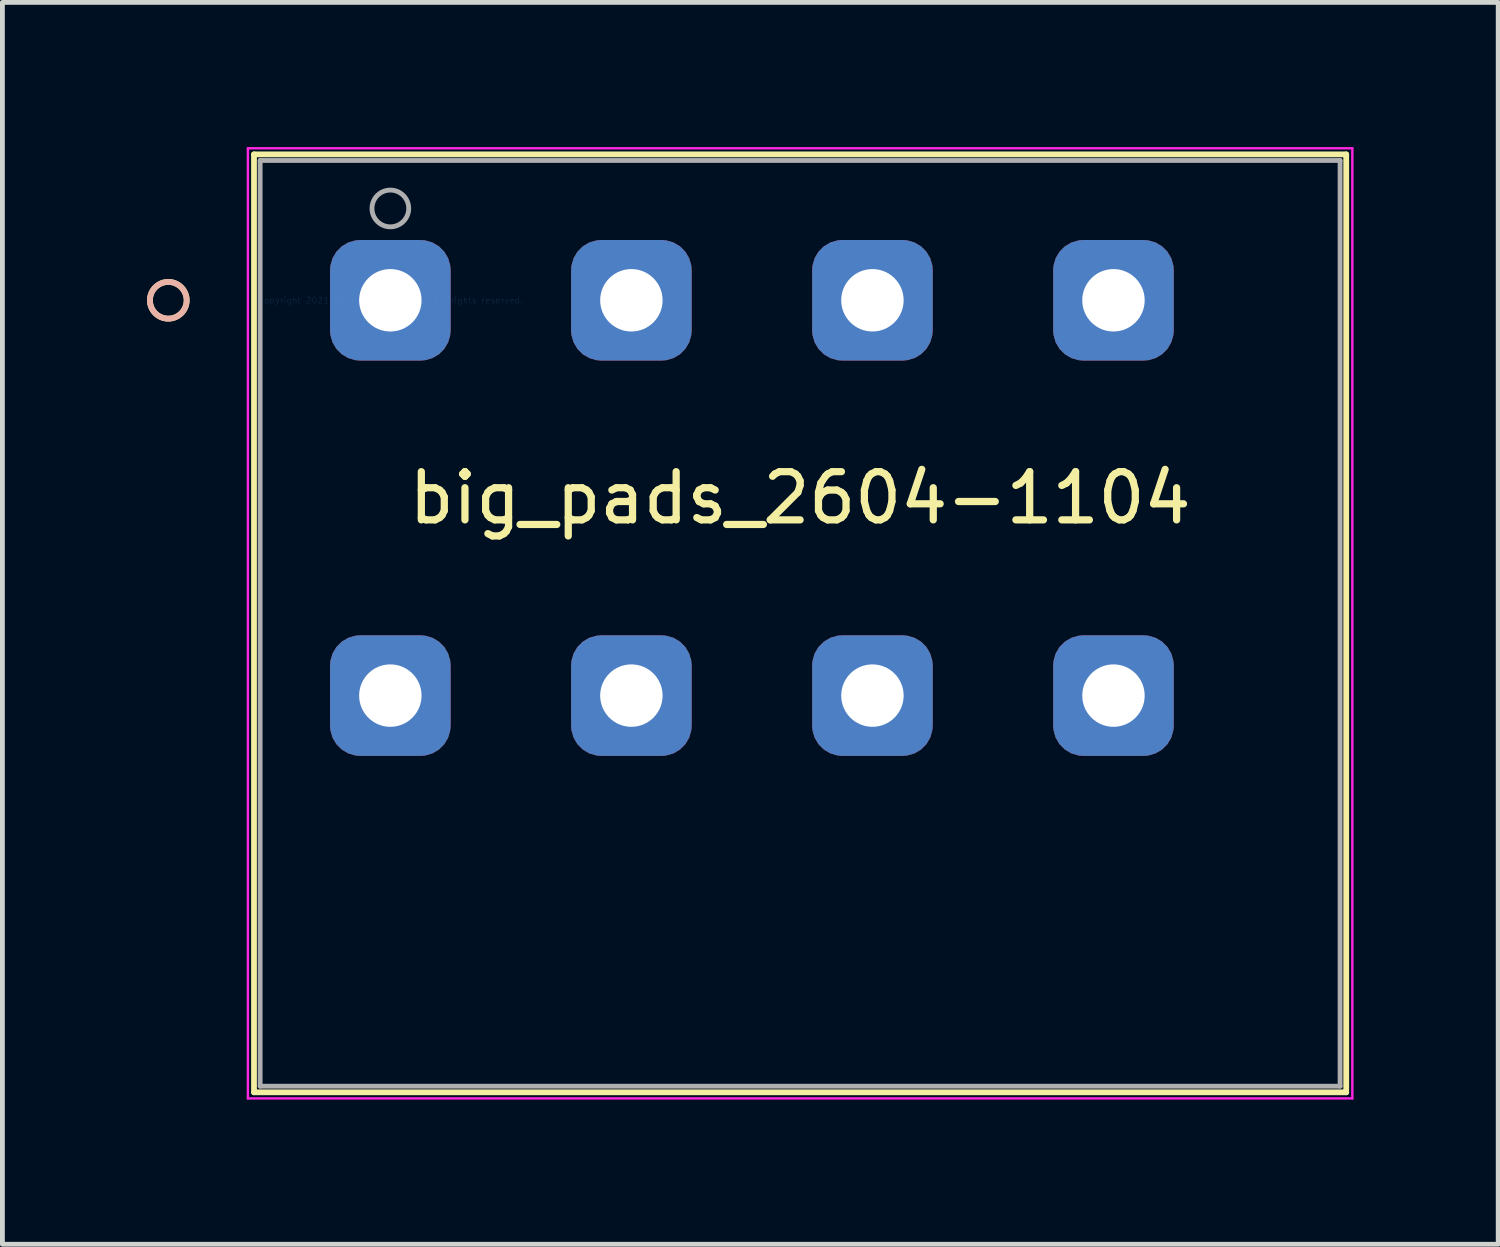
<source format=kicad_pcb>
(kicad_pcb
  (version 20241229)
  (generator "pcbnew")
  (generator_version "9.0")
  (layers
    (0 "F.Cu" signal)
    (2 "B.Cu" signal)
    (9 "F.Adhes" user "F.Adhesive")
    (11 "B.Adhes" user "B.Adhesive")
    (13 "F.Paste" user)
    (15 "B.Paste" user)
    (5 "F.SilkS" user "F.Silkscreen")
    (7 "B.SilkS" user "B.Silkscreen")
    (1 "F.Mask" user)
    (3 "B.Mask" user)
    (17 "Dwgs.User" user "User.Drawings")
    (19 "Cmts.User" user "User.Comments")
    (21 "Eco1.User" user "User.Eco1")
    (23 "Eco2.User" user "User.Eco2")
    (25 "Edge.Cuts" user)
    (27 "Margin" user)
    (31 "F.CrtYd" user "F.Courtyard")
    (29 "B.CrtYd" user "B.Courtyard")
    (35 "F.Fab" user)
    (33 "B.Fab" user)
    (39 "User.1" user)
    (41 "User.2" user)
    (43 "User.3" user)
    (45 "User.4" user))
  (footprint "big_pads_2604-1104"
    (layer "F.Cu")
    (at 5.047 3.179)
    (property "Reference" "big_pads_2604-1104" (at 8.5 4.1 0) (layer "F.SilkS") (effects (font (size 1 1) (thickness 0.15))))
    (attr through_hole)
    (fp_line (start -2.828 -3.027) (end -2.828 16.429) (stroke (width 0.12) (type solid)) (layer "F.SilkS"))
    (fp_line (start -2.828 16.429) (end 19.828 16.429) (stroke (width 0.12) (type solid)) (layer "F.SilkS"))
    (fp_line (start 19.828 -3.027) (end -2.828 -3.027) (stroke (width 0.12) (type solid)) (layer "F.SilkS"))
    (fp_line (start 19.828 16.429) (end 19.828 -3.027) (stroke (width 0.12) (type solid)) (layer "F.SilkS"))
    (fp_circle (center -4.606 0) (end -4.225 0) (stroke (width 0.12) (type solid)) (fill no) (layer "F.SilkS"))
    (fp_circle (center -4.606 0) (end -4.225 0) (stroke (width 0.12) (type solid)) (fill no) (layer "B.SilkS"))
    (fp_line (start -2.955 -3.154) (end -2.955 16.556) (stroke (width 0.05) (type solid)) (layer "F.CrtYd"))
    (fp_line (start -2.955 16.556) (end 19.955 16.556) (stroke (width 0.05) (type solid)) (layer "F.CrtYd"))
    (fp_line (start 19.955 -3.154) (end -2.955 -3.154) (stroke (width 0.05) (type solid)) (layer "F.CrtYd"))
    (fp_line (start 19.955 16.556) (end 19.955 -3.154) (stroke (width 0.05) (type solid)) (layer "F.CrtYd"))
    (fp_line (start -2.701 -2.9) (end -2.701 16.302) (stroke (width 0.1) (type solid)) (layer "F.Fab"))
    (fp_line (start -2.701 16.302) (end 19.701 16.302) (stroke (width 0.1) (type solid)) (layer "F.Fab"))
    (fp_line (start 19.701 -2.9) (end -2.701 -2.9) (stroke (width 0.1) (type solid)) (layer "F.Fab"))
    (fp_line (start 19.701 16.302) (end 19.701 -2.9) (stroke (width 0.1) (type solid)) (layer "F.Fab"))
    (fp_circle (center 0 -1.905) (end 0.381 -1.905) (stroke (width 0.1) (type solid)) (fill no) (layer "F.Fab"))
    (fp_text user "*" (at 0 0 0) (layer "F.SilkS") (effects (font (size 1 1) (thickness 0.15))))
    (fp_text user "Copyright 2021 Accelerated Designs. All rights reserved." (at 0 0 0) (layer "Cmts.User") (effects (font (size 0.127 0.127) (thickness 0.002))))
    (fp_text user "*" (at 0 0 0) (layer "F.Fab") (effects (font (size 1 1) (thickness 0.15))))
    (pad "1" thru_hole roundrect (at 0 0) (size 2.5 2.5) (drill 1.295) (layers "*.Cu" "*.Mask") (roundrect_rratio 0.25))
    (pad "2" thru_hole roundrect (at 0 8.2) (size 2.5 2.5) (drill 1.295) (layers "*.Cu" "*.Mask") (roundrect_rratio 0.25))
    (pad "3" thru_hole roundrect (at 5 0) (size 2.5 2.5) (drill 1.295) (layers "*.Cu" "*.Mask") (roundrect_rratio 0.25))
    (pad "4" thru_hole roundrect (at 5 8.2) (size 2.5 2.5) (drill 1.295) (layers "*.Cu" "*.Mask") (roundrect_rratio 0.25))
    (pad "5" thru_hole roundrect (at 10 0) (size 2.5 2.5) (drill 1.295) (layers "*.Cu" "*.Mask") (roundrect_rratio 0.25))
    (pad "6" thru_hole roundrect (at 10 8.2) (size 2.5 2.5) (drill 1.295) (layers "*.Cu" "*.Mask") (roundrect_rratio 0.25))
    (pad "7" thru_hole roundrect (at 15 0) (size 2.5 2.5) (drill 1.295) (layers "*.Cu" "*.Mask") (roundrect_rratio 0.25))
    (pad "8" thru_hole roundrect (at 15 8.2) (size 2.5 2.5) (drill 1.295) (layers "*.Cu" "*.Mask") (roundrect_rratio 0.25)))
  (gr_rect
    (start -3 -3)
    (end 28.028 22.76)
    (stroke (width 0.1) (type default))
    (fill no)
    (layer "Edge.Cuts")))
</source>
